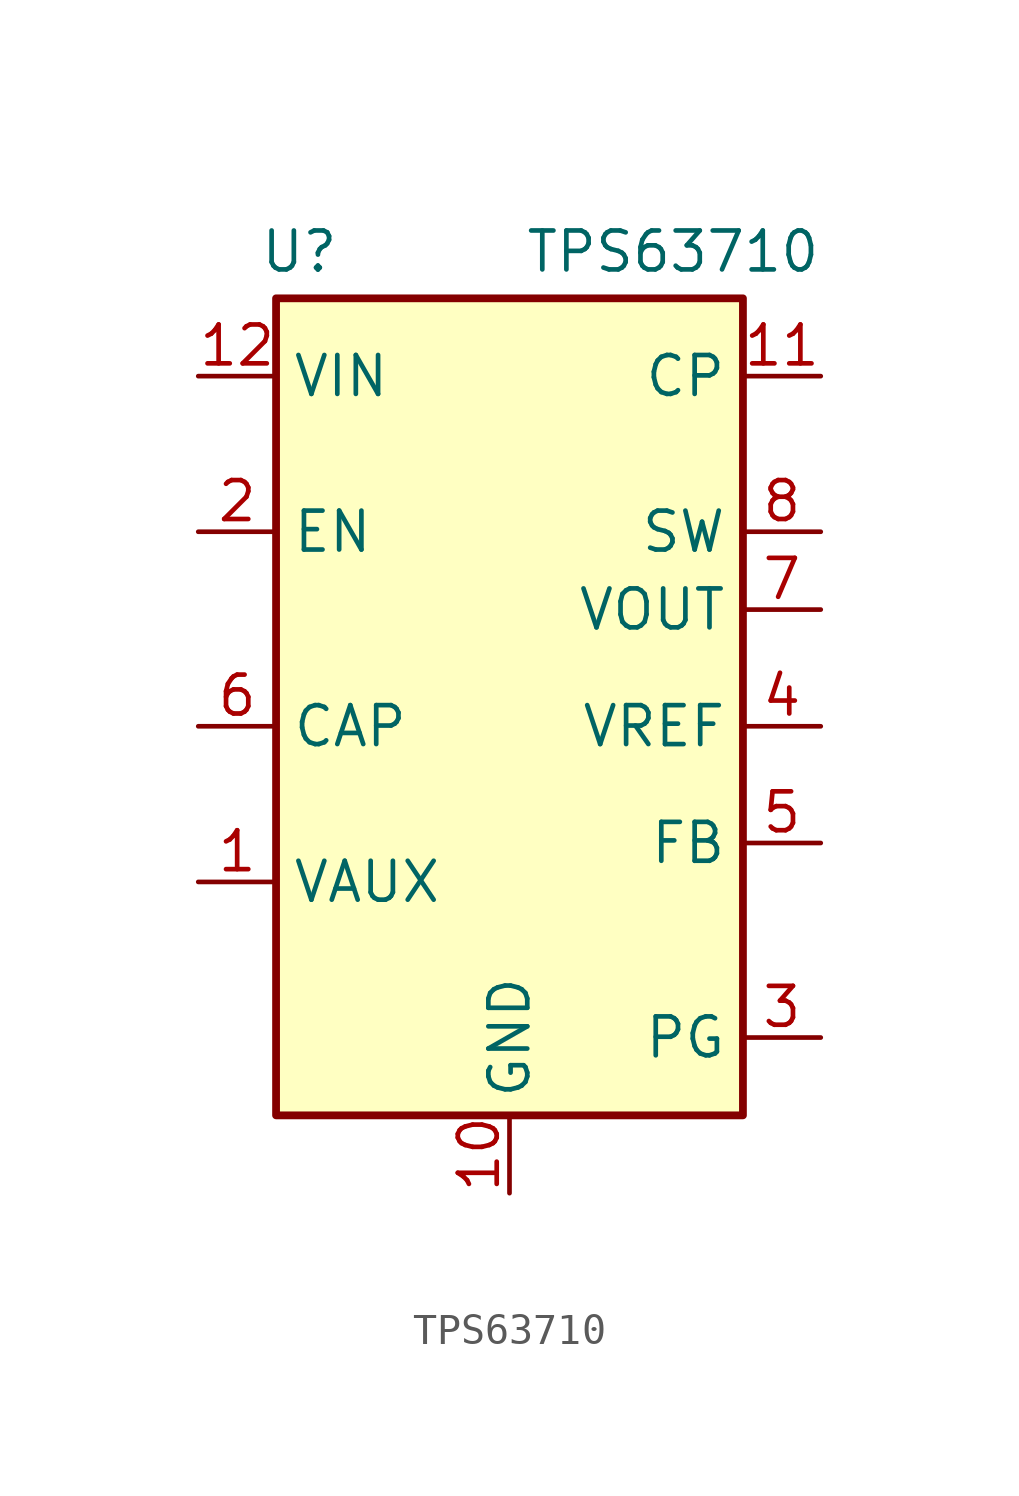
<source format=kicad_sym>
(kicad_symbol_lib
  (version 20231120)
  (generator "kicad_symbol_editor")
  (generator_version "8.0")
  (symbol "TPS63710"
    (property "Reference" "U"
      (at -6.858 15.494 0)
      (effects (font (size 1.27 1.27))))
    (property "Value" "TPS63710"
      (at 5.334 15.494 0)
      (effects (font (size 1.27 1.27))))
    (symbol "TPS63710_0_0"
      (pin passive line (at -10.16 -5.08 0) (length 2.54) (name "VAUX" (effects (font (size 1.27 1.27)))) (number "1" (effects (font (size 1.27 1.27)))))
      (pin power_in line (at 0 -15.24 90) (length 2.54) (name "GND" (effects (font (size 1.27 1.27)))) (number "10" (effects (font (size 1.27 1.27)))))
      (pin passive line (at 10.16 11.43 180) (length 2.54) (name "CP" (effects (font (size 1.27 1.27)))) (number "11" (effects (font (size 1.27 1.27)))))
      (pin power_in line (at -10.16 11.43 0) (length 2.54) (name "VIN" (effects (font (size 1.27 1.27)))) (number "12" (effects (font (size 1.27 1.27)))))
      (pin input line (at -10.16 6.35 0) (length 2.54) (name "EN" (effects (font (size 1.27 1.27)))) (number "2" (effects (font (size 1.27 1.27)))))
      (pin open_collector line (at 10.16 -10.16 180) (length 2.54) (name "PG" (effects (font (size 1.27 1.27)))) (number "3" (effects (font (size 1.27 1.27)))))
      (pin output line (at 10.16 0 180) (length 2.54) (name "VREF" (effects (font (size 1.27 1.27)))) (number "4" (effects (font (size 1.27 1.27)))))
      (pin passive line (at 10.16 -3.81 180) (length 2.54) (name "FB" (effects (font (size 1.27 1.27)))) (number "5" (effects (font (size 1.27 1.27)))))
      (pin passive line (at -10.16 0 0) (length 2.54) (name "CAP" (effects (font (size 1.27 1.27)))) (number "6" (effects (font (size 1.27 1.27)))))
      (pin power_out line (at 10.16 3.81 180) (length 2.54) (name "VOUT" (effects (font (size 1.27 1.27)))) (number "7" (effects (font (size 1.27 1.27)))))
      (pin passive line (at 10.16 6.35 180) (length 2.54) (name "SW" (effects (font (size 1.27 1.27)))) (number "8" (effects (font (size 1.27 1.27))))))
    (symbol "TPS63710_1_0"
      (pin power_in line (at 0 -15.24 90) (length 2.54) hide (name "GND" (effects (font (size 1.27 1.27)))) (number "9" (effects (font (size 1.27 1.27))))))
    (symbol "TPS63710_1_1"
      (rectangle (start -7.62 13.97) (end 7.62 -12.7) (stroke (width 0.254) (type default)) (fill (type background)))
      (pin power_in line (at 0 -15.24 90) (length 2.54) hide (name "GND" (effects (font (size 1.27 1.27)))) (number "13" (effects (font (size 1.27 1.27))))))))
</source>
